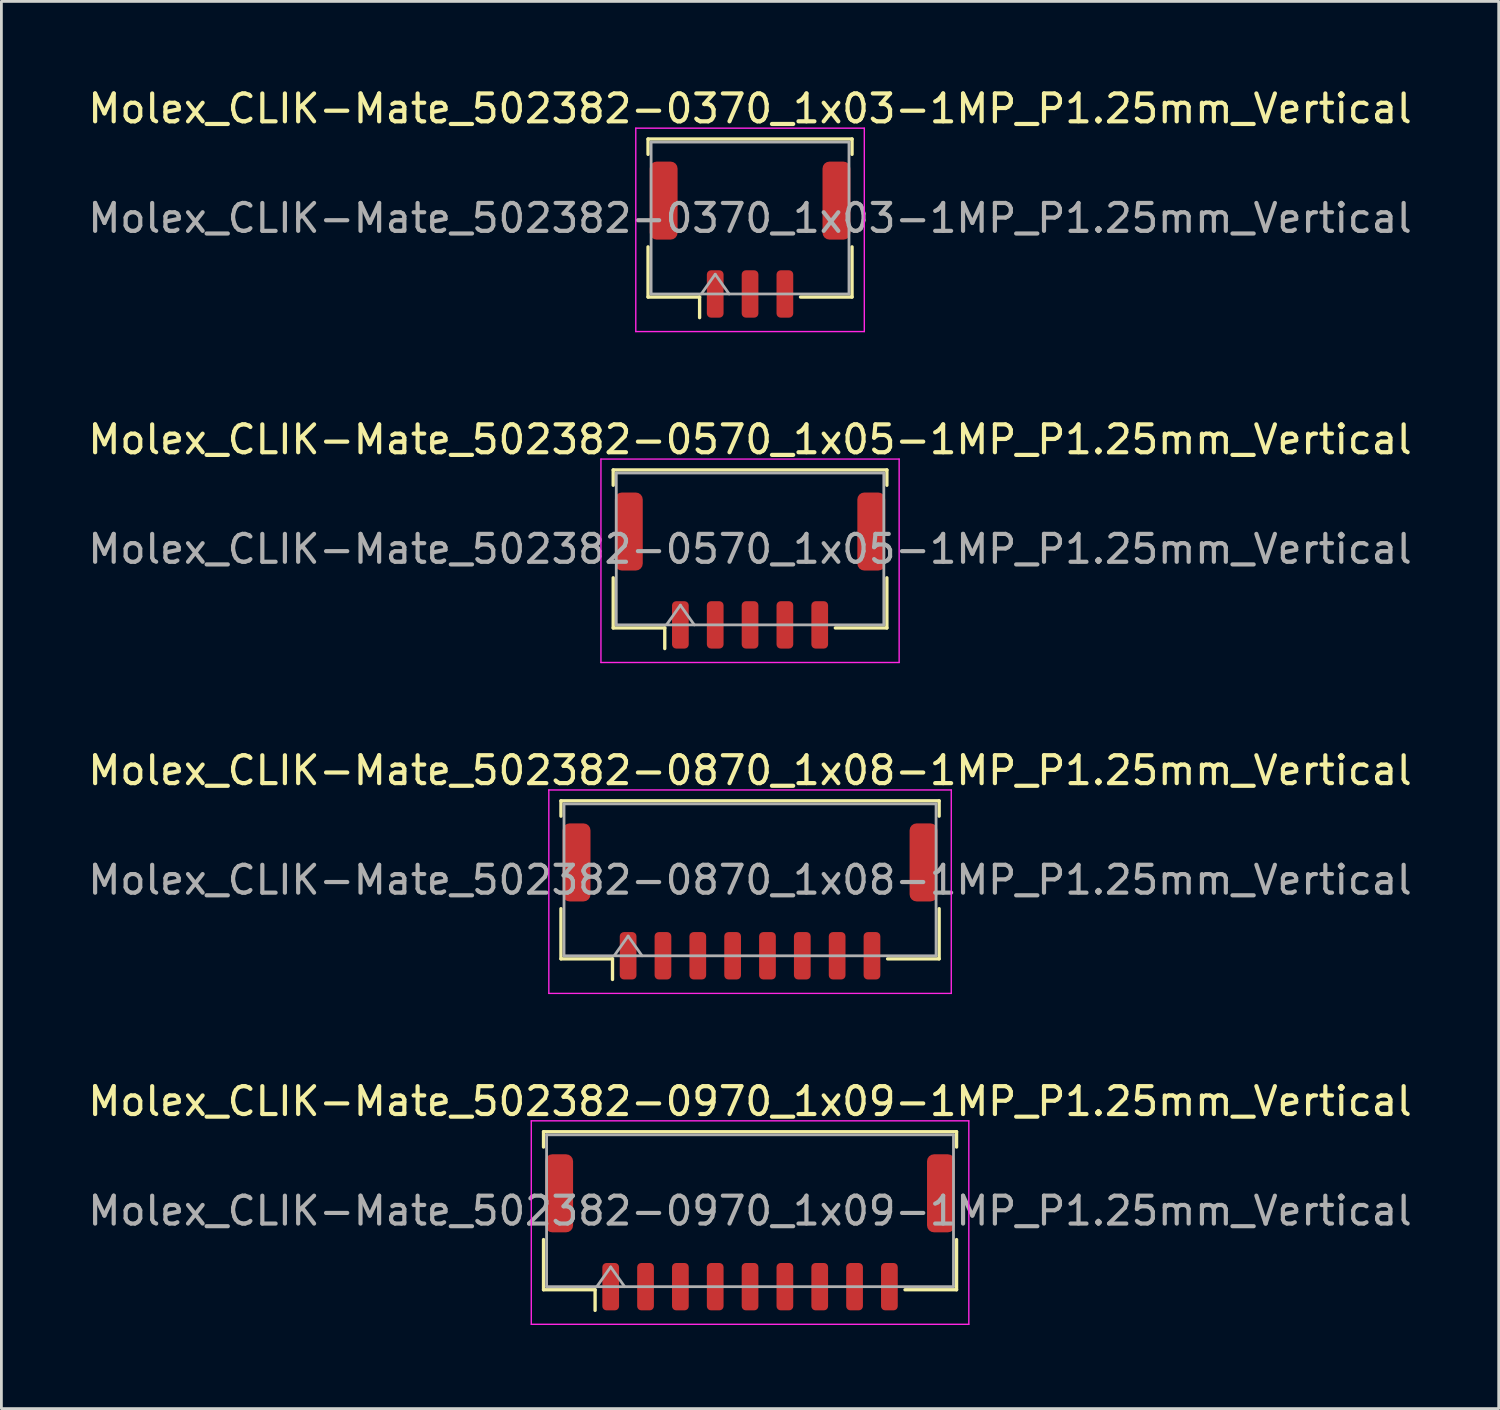
<source format=kicad_pcb>
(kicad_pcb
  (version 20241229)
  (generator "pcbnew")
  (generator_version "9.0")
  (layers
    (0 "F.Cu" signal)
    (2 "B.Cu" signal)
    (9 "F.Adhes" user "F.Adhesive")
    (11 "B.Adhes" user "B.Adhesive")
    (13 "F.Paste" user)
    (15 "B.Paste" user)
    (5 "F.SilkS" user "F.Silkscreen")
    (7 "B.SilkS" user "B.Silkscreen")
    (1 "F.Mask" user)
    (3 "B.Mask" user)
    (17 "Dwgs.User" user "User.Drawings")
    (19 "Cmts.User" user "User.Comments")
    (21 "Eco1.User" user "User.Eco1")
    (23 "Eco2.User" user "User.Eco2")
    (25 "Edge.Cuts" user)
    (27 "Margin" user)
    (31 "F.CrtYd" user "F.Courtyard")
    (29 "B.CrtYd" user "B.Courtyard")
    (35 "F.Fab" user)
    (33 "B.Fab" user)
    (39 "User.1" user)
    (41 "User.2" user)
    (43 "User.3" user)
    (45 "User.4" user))
  (footprint "Molex_CLIK-Mate_502382-0570_1x05-1MP_P1.25mm_Vertical"
    (layer "F.Cu")
    (at 23.863 17.422)
    (property "Reference" "Molex_CLIK-Mate_502382-0570_1x05-1MP_P1.25mm_Vertical" (at 0 -4.7 0) (layer "F.SilkS") (effects (font (size 1 1) (thickness 0.15))))
    (attr smd)
    (fp_line (start -4.91 -3.61) (end 4.91 -3.61) (stroke (width 0.12) (type solid)) (layer "F.SilkS"))
    (fp_line (start -4.91 -3.06) (end -4.91 -3.61) (stroke (width 0.12) (type solid)) (layer "F.SilkS"))
    (fp_line (start -4.91 0.26) (end -4.91 2.06) (stroke (width 0.12) (type solid)) (layer "F.SilkS"))
    (fp_line (start -4.91 2.06) (end -3.06 2.06) (stroke (width 0.12) (type solid)) (layer "F.SilkS"))
    (fp_line (start -3.06 2.06) (end -3.06 2.8) (stroke (width 0.12) (type solid)) (layer "F.SilkS"))
    (fp_line (start 4.91 -3.61) (end 4.91 -3.06) (stroke (width 0.12) (type solid)) (layer "F.SilkS"))
    (fp_line (start 4.91 0.26) (end 4.91 2.06) (stroke (width 0.12) (type solid)) (layer "F.SilkS"))
    (fp_line (start 4.91 2.06) (end 3.06 2.06) (stroke (width 0.12) (type solid)) (layer "F.SilkS"))
    (fp_line (start -5.35 -4) (end -5.35 3.3) (stroke (width 0.05) (type solid)) (layer "F.CrtYd"))
    (fp_line (start -5.35 3.3) (end 5.35 3.3) (stroke (width 0.05) (type solid)) (layer "F.CrtYd"))
    (fp_line (start 5.35 -4) (end -5.35 -4) (stroke (width 0.05) (type solid)) (layer "F.CrtYd"))
    (fp_line (start 5.35 3.3) (end 5.35 -4) (stroke (width 0.05) (type solid)) (layer "F.CrtYd"))
    (fp_line (start -4.8 -3.5) (end 4.8 -3.5) (stroke (width 0.1) (type solid)) (layer "F.Fab"))
    (fp_line (start -4.8 1.95) (end -4.8 -3.5) (stroke (width 0.1) (type solid)) (layer "F.Fab"))
    (fp_line (start -4.8 1.95) (end 4.8 1.95) (stroke (width 0.1) (type solid)) (layer "F.Fab"))
    (fp_line (start -3 1.95) (end -2.5 1.243) (stroke (width 0.1) (type solid)) (layer "F.Fab"))
    (fp_line (start -2.5 1.243) (end -2 1.95) (stroke (width 0.1) (type solid)) (layer "F.Fab"))
    (fp_line (start 4.8 1.95) (end 4.8 -3.5) (stroke (width 0.1) (type solid)) (layer "F.Fab"))
    (fp_text user "${REFERENCE}" (at 0 -0.77 0) (layer "F.Fab") (effects (font (size 1 1) (thickness 0.15))))
    (pad "1" smd roundrect (at -2.5 1.95) (size 0.6 1.7) (layers "F.Cu" "F.Mask" "F.Paste") (roundrect_rratio 0.25))
    (pad "2" smd roundrect (at -1.25 1.95) (size 0.6 1.7) (layers "F.Cu" "F.Mask" "F.Paste") (roundrect_rratio 0.25))
    (pad "3" smd roundrect (at 0 1.95) (size 0.6 1.7) (layers "F.Cu" "F.Mask" "F.Paste") (roundrect_rratio 0.25))
    (pad "4" smd roundrect (at 1.25 1.95) (size 0.6 1.7) (layers "F.Cu" "F.Mask" "F.Paste") (roundrect_rratio 0.25))
    (pad "5" smd roundrect (at 2.5 1.95) (size 0.6 1.7) (layers "F.Cu" "F.Mask" "F.Paste") (roundrect_rratio 0.25))
    (pad "MP" smd roundrect (at -4.35 -1.4) (size 1 2.8) (layers "F.Cu" "F.Mask" "F.Paste") (roundrect_rratio 0.25))
    (pad "MP" smd roundrect (at 4.35 -1.4) (size 1 2.8) (layers "F.Cu" "F.Mask" "F.Paste") (roundrect_rratio 0.25)))
  (footprint "Molex_CLIK-Mate_502382-0970_1x09-1MP_P1.25mm_Vertical"
    (layer "F.Cu")
    (at 23.863 41.168)
    (property "Reference" "Molex_CLIK-Mate_502382-0970_1x09-1MP_P1.25mm_Vertical" (at 0 -4.7 0) (layer "F.SilkS") (effects (font (size 1 1) (thickness 0.15))))
    (attr smd)
    (fp_line (start -7.41 -3.61) (end 7.41 -3.61) (stroke (width 0.12) (type solid)) (layer "F.SilkS"))
    (fp_line (start -7.41 -3.06) (end -7.41 -3.61) (stroke (width 0.12) (type solid)) (layer "F.SilkS"))
    (fp_line (start -7.41 0.26) (end -7.41 2.06) (stroke (width 0.12) (type solid)) (layer "F.SilkS"))
    (fp_line (start -7.41 2.06) (end -5.56 2.06) (stroke (width 0.12) (type solid)) (layer "F.SilkS"))
    (fp_line (start -5.56 2.06) (end -5.56 2.8) (stroke (width 0.12) (type solid)) (layer "F.SilkS"))
    (fp_line (start 7.41 -3.61) (end 7.41 -3.06) (stroke (width 0.12) (type solid)) (layer "F.SilkS"))
    (fp_line (start 7.41 0.26) (end 7.41 2.06) (stroke (width 0.12) (type solid)) (layer "F.SilkS"))
    (fp_line (start 7.41 2.06) (end 5.56 2.06) (stroke (width 0.12) (type solid)) (layer "F.SilkS"))
    (fp_line (start -7.85 -4) (end -7.85 3.3) (stroke (width 0.05) (type solid)) (layer "F.CrtYd"))
    (fp_line (start -7.85 3.3) (end 7.85 3.3) (stroke (width 0.05) (type solid)) (layer "F.CrtYd"))
    (fp_line (start 7.85 -4) (end -7.85 -4) (stroke (width 0.05) (type solid)) (layer "F.CrtYd"))
    (fp_line (start 7.85 3.3) (end 7.85 -4) (stroke (width 0.05) (type solid)) (layer "F.CrtYd"))
    (fp_line (start -7.3 -3.5) (end 7.3 -3.5) (stroke (width 0.1) (type solid)) (layer "F.Fab"))
    (fp_line (start -7.3 1.95) (end -7.3 -3.5) (stroke (width 0.1) (type solid)) (layer "F.Fab"))
    (fp_line (start -7.3 1.95) (end 7.3 1.95) (stroke (width 0.1) (type solid)) (layer "F.Fab"))
    (fp_line (start -5.5 1.95) (end -5 1.243) (stroke (width 0.1) (type solid)) (layer "F.Fab"))
    (fp_line (start -5 1.243) (end -4.5 1.95) (stroke (width 0.1) (type solid)) (layer "F.Fab"))
    (fp_line (start 7.3 1.95) (end 7.3 -3.5) (stroke (width 0.1) (type solid)) (layer "F.Fab"))
    (fp_text user "${REFERENCE}" (at 0 -0.77 0) (layer "F.Fab") (effects (font (size 1 1) (thickness 0.15))))
    (pad "1" smd roundrect (at -5 1.95) (size 0.6 1.7) (layers "F.Cu" "F.Mask" "F.Paste") (roundrect_rratio 0.25))
    (pad "2" smd roundrect (at -3.75 1.95) (size 0.6 1.7) (layers "F.Cu" "F.Mask" "F.Paste") (roundrect_rratio 0.25))
    (pad "3" smd roundrect (at -2.5 1.95) (size 0.6 1.7) (layers "F.Cu" "F.Mask" "F.Paste") (roundrect_rratio 0.25))
    (pad "4" smd roundrect (at -1.25 1.95) (size 0.6 1.7) (layers "F.Cu" "F.Mask" "F.Paste") (roundrect_rratio 0.25))
    (pad "5" smd roundrect (at 0 1.95) (size 0.6 1.7) (layers "F.Cu" "F.Mask" "F.Paste") (roundrect_rratio 0.25))
    (pad "6" smd roundrect (at 1.25 1.95) (size 0.6 1.7) (layers "F.Cu" "F.Mask" "F.Paste") (roundrect_rratio 0.25))
    (pad "7" smd roundrect (at 2.5 1.95) (size 0.6 1.7) (layers "F.Cu" "F.Mask" "F.Paste") (roundrect_rratio 0.25))
    (pad "8" smd roundrect (at 3.75 1.95) (size 0.6 1.7) (layers "F.Cu" "F.Mask" "F.Paste") (roundrect_rratio 0.25))
    (pad "9" smd roundrect (at 5 1.95) (size 0.6 1.7) (layers "F.Cu" "F.Mask" "F.Paste") (roundrect_rratio 0.25))
    (pad "MP" smd roundrect (at -6.85 -1.4) (size 1 2.8) (layers "F.Cu" "F.Mask" "F.Paste") (roundrect_rratio 0.25))
    (pad "MP" smd roundrect (at 6.85 -1.4) (size 1 2.8) (layers "F.Cu" "F.Mask" "F.Paste") (roundrect_rratio 0.25)))
  (footprint "Molex_CLIK-Mate_502382-0370_1x03-1MP_P1.25mm_Vertical"
    (layer "F.Cu")
    (at 23.863 5.548)
    (property "Reference" "Molex_CLIK-Mate_502382-0370_1x03-1MP_P1.25mm_Vertical" (at 0 -4.7 0) (layer "F.SilkS") (effects (font (size 1 1) (thickness 0.15))))
    (attr smd)
    (fp_line (start -3.66 -3.61) (end 3.66 -3.61) (stroke (width 0.12) (type solid)) (layer "F.SilkS"))
    (fp_line (start -3.66 -3.06) (end -3.66 -3.61) (stroke (width 0.12) (type solid)) (layer "F.SilkS"))
    (fp_line (start -3.66 0.26) (end -3.66 2.06) (stroke (width 0.12) (type solid)) (layer "F.SilkS"))
    (fp_line (start -3.66 2.06) (end -1.81 2.06) (stroke (width 0.12) (type solid)) (layer "F.SilkS"))
    (fp_line (start -1.81 2.06) (end -1.81 2.8) (stroke (width 0.12) (type solid)) (layer "F.SilkS"))
    (fp_line (start 3.66 -3.61) (end 3.66 -3.06) (stroke (width 0.12) (type solid)) (layer "F.SilkS"))
    (fp_line (start 3.66 0.26) (end 3.66 2.06) (stroke (width 0.12) (type solid)) (layer "F.SilkS"))
    (fp_line (start 3.66 2.06) (end 1.81 2.06) (stroke (width 0.12) (type solid)) (layer "F.SilkS"))
    (fp_line (start -4.1 -4) (end -4.1 3.3) (stroke (width 0.05) (type solid)) (layer "F.CrtYd"))
    (fp_line (start -4.1 3.3) (end 4.1 3.3) (stroke (width 0.05) (type solid)) (layer "F.CrtYd"))
    (fp_line (start 4.1 -4) (end -4.1 -4) (stroke (width 0.05) (type solid)) (layer "F.CrtYd"))
    (fp_line (start 4.1 3.3) (end 4.1 -4) (stroke (width 0.05) (type solid)) (layer "F.CrtYd"))
    (fp_line (start -3.55 -3.5) (end 3.55 -3.5) (stroke (width 0.1) (type solid)) (layer "F.Fab"))
    (fp_line (start -3.55 1.95) (end -3.55 -3.5) (stroke (width 0.1) (type solid)) (layer "F.Fab"))
    (fp_line (start -3.55 1.95) (end 3.55 1.95) (stroke (width 0.1) (type solid)) (layer "F.Fab"))
    (fp_line (start -1.75 1.95) (end -1.25 1.243) (stroke (width 0.1) (type solid)) (layer "F.Fab"))
    (fp_line (start -1.25 1.243) (end -0.75 1.95) (stroke (width 0.1) (type solid)) (layer "F.Fab"))
    (fp_line (start 3.55 1.95) (end 3.55 -3.5) (stroke (width 0.1) (type solid)) (layer "F.Fab"))
    (fp_text user "${REFERENCE}" (at 0 -0.77 0) (layer "F.Fab") (effects (font (size 1 1) (thickness 0.15))))
    (pad "1" smd roundrect (at -1.25 1.95) (size 0.6 1.7) (layers "F.Cu" "F.Mask" "F.Paste") (roundrect_rratio 0.25))
    (pad "2" smd roundrect (at 0 1.95) (size 0.6 1.7) (layers "F.Cu" "F.Mask" "F.Paste") (roundrect_rratio 0.25))
    (pad "3" smd roundrect (at 1.25 1.95) (size 0.6 1.7) (layers "F.Cu" "F.Mask" "F.Paste") (roundrect_rratio 0.25))
    (pad "MP" smd roundrect (at -3.1 -1.4) (size 1 2.8) (layers "F.Cu" "F.Mask" "F.Paste") (roundrect_rratio 0.25))
    (pad "MP" smd roundrect (at 3.1 -1.4) (size 1 2.8) (layers "F.Cu" "F.Mask" "F.Paste") (roundrect_rratio 0.25)))
  (footprint "Molex_CLIK-Mate_502382-0870_1x08-1MP_P1.25mm_Vertical"
    (layer "F.Cu")
    (at 23.863 29.295)
    (property "Reference" "Molex_CLIK-Mate_502382-0870_1x08-1MP_P1.25mm_Vertical" (at 0 -4.7 0) (layer "F.SilkS") (effects (font (size 1 1) (thickness 0.15))))
    (attr smd)
    (fp_line (start -6.785 -3.61) (end 6.785 -3.61) (stroke (width 0.12) (type solid)) (layer "F.SilkS"))
    (fp_line (start -6.785 -3.06) (end -6.785 -3.61) (stroke (width 0.12) (type solid)) (layer "F.SilkS"))
    (fp_line (start -6.785 0.26) (end -6.785 2.06) (stroke (width 0.12) (type solid)) (layer "F.SilkS"))
    (fp_line (start -6.785 2.06) (end -4.935 2.06) (stroke (width 0.12) (type solid)) (layer "F.SilkS"))
    (fp_line (start -4.935 2.06) (end -4.935 2.8) (stroke (width 0.12) (type solid)) (layer "F.SilkS"))
    (fp_line (start 6.785 -3.61) (end 6.785 -3.06) (stroke (width 0.12) (type solid)) (layer "F.SilkS"))
    (fp_line (start 6.785 0.26) (end 6.785 2.06) (stroke (width 0.12) (type solid)) (layer "F.SilkS"))
    (fp_line (start 6.785 2.06) (end 4.935 2.06) (stroke (width 0.12) (type solid)) (layer "F.SilkS"))
    (fp_line (start -7.22 -4) (end -7.22 3.3) (stroke (width 0.05) (type solid)) (layer "F.CrtYd"))
    (fp_line (start -7.22 3.3) (end 7.22 3.3) (stroke (width 0.05) (type solid)) (layer "F.CrtYd"))
    (fp_line (start 7.22 -4) (end -7.22 -4) (stroke (width 0.05) (type solid)) (layer "F.CrtYd"))
    (fp_line (start 7.22 3.3) (end 7.22 -4) (stroke (width 0.05) (type solid)) (layer "F.CrtYd"))
    (fp_line (start -6.675 -3.5) (end 6.675 -3.5) (stroke (width 0.1) (type solid)) (layer "F.Fab"))
    (fp_line (start -6.675 1.95) (end -6.675 -3.5) (stroke (width 0.1) (type solid)) (layer "F.Fab"))
    (fp_line (start -6.675 1.95) (end 6.675 1.95) (stroke (width 0.1) (type solid)) (layer "F.Fab"))
    (fp_line (start -4.875 1.95) (end -4.375 1.243) (stroke (width 0.1) (type solid)) (layer "F.Fab"))
    (fp_line (start -4.375 1.243) (end -3.875 1.95) (stroke (width 0.1) (type solid)) (layer "F.Fab"))
    (fp_line (start 6.675 1.95) (end 6.675 -3.5) (stroke (width 0.1) (type solid)) (layer "F.Fab"))
    (fp_text user "${REFERENCE}" (at 0 -0.77 0) (layer "F.Fab") (effects (font (size 1 1) (thickness 0.15))))
    (pad "1" smd roundrect (at -4.375 1.95) (size 0.6 1.7) (layers "F.Cu" "F.Mask" "F.Paste") (roundrect_rratio 0.25))
    (pad "2" smd roundrect (at -3.125 1.95) (size 0.6 1.7) (layers "F.Cu" "F.Mask" "F.Paste") (roundrect_rratio 0.25))
    (pad "3" smd roundrect (at -1.875 1.95) (size 0.6 1.7) (layers "F.Cu" "F.Mask" "F.Paste") (roundrect_rratio 0.25))
    (pad "4" smd roundrect (at -0.625 1.95) (size 0.6 1.7) (layers "F.Cu" "F.Mask" "F.Paste") (roundrect_rratio 0.25))
    (pad "5" smd roundrect (at 0.625 1.95) (size 0.6 1.7) (layers "F.Cu" "F.Mask" "F.Paste") (roundrect_rratio 0.25))
    (pad "6" smd roundrect (at 1.875 1.95) (size 0.6 1.7) (layers "F.Cu" "F.Mask" "F.Paste") (roundrect_rratio 0.25))
    (pad "7" smd roundrect (at 3.125 1.95) (size 0.6 1.7) (layers "F.Cu" "F.Mask" "F.Paste") (roundrect_rratio 0.25))
    (pad "8" smd roundrect (at 4.375 1.95) (size 0.6 1.7) (layers "F.Cu" "F.Mask" "F.Paste") (roundrect_rratio 0.25))
    (pad "MP" smd roundrect (at -6.225 -1.4) (size 1 2.8) (layers "F.Cu" "F.Mask" "F.Paste") (roundrect_rratio 0.25))
    (pad "MP" smd roundrect (at 6.225 -1.4) (size 1 2.8) (layers "F.Cu" "F.Mask" "F.Paste") (roundrect_rratio 0.25)))
  (gr_rect
    (start -3 -3)
    (end 50.726 47.493)
    (stroke (width 0.1) (type default))
    (fill no)
    (layer "Edge.Cuts")))
</source>
